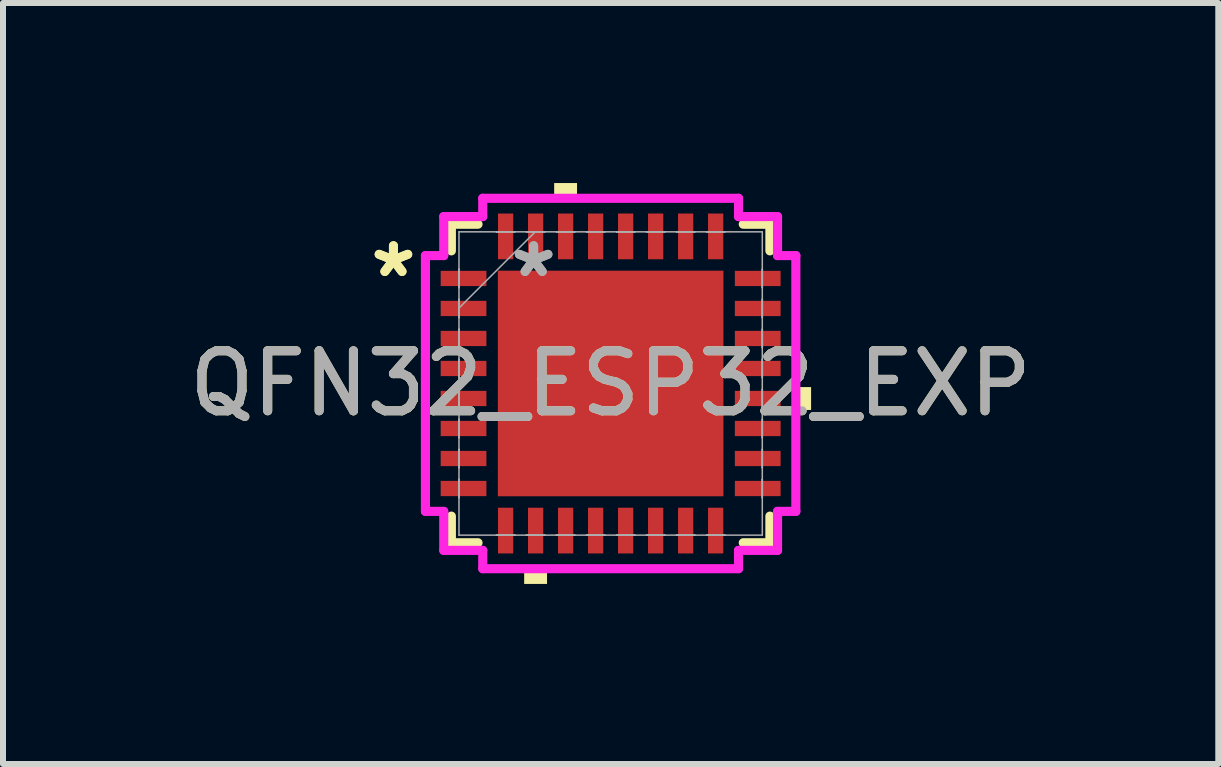
<source format=kicad_pcb>
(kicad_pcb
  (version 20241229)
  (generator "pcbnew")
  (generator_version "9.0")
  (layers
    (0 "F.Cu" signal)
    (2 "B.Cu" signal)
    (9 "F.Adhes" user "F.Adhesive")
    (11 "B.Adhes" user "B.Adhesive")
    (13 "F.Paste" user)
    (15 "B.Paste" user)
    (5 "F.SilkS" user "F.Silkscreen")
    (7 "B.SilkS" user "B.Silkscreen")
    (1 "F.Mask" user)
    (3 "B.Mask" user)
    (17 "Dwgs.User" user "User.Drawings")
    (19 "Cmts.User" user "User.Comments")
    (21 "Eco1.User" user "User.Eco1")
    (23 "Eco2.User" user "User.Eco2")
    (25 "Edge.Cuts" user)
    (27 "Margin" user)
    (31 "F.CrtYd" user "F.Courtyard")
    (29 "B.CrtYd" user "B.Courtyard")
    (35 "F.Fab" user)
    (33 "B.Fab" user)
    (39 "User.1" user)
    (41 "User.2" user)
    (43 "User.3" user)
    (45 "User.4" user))
  (footprint "QFN32_ESP32_EXP"
    (layer "F.Cu")
    (at 7.125 3.34)
    (property "Reference" "QFN32_ESP32_EXP" (at 0 0 0) (unlocked yes) (layer "F.SilkS") (effects (font (size 1 1) (thickness 0.15))))
    (attr smd)
    (fp_line (start -2.654 -2.654) (end -2.654 -2.21) (stroke (width 0.152) (type solid)) (layer "F.SilkS"))
    (fp_line (start -2.654 2.21) (end -2.654 2.654) (stroke (width 0.152) (type solid)) (layer "F.SilkS"))
    (fp_line (start -2.654 2.654) (end -2.21 2.654) (stroke (width 0.152) (type solid)) (layer "F.SilkS"))
    (fp_line (start -2.21 -2.654) (end -2.654 -2.654) (stroke (width 0.152) (type solid)) (layer "F.SilkS"))
    (fp_line (start 2.21 2.654) (end 2.654 2.654) (stroke (width 0.152) (type solid)) (layer "F.SilkS"))
    (fp_line (start 2.654 -2.654) (end 2.21 -2.654) (stroke (width 0.152) (type solid)) (layer "F.SilkS"))
    (fp_line (start 2.654 -2.21) (end 2.654 -2.654) (stroke (width 0.152) (type solid)) (layer "F.SilkS"))
    (fp_line (start 2.654 2.654) (end 2.654 2.21) (stroke (width 0.152) (type solid)) (layer "F.SilkS"))
    (fp_poly (pts (xy -1.441 3.086) (xy -1.441 3.34) (xy -1.06 3.34) (xy -1.06 3.086)) (stroke (width 0) (type solid)) (fill yes) (layer "F.SilkS"))
    (fp_poly (pts (xy -0.941 -3.086) (xy -0.941 -3.34) (xy -0.56 -3.34) (xy -0.56 -3.086)) (stroke (width 0) (type solid)) (fill yes) (layer "F.SilkS"))
    (fp_poly (pts (xy 3.34 0.06) (xy 3.34 0.441) (xy 3.086 0.441) (xy 3.086 0.06)) (stroke (width 0) (type solid)) (fill yes) (layer "F.SilkS"))
    (fp_line (start -3.086 -2.131) (end -2.781 -2.131) (stroke (width 0.152) (type solid)) (layer "F.CrtYd"))
    (fp_line (start -3.086 2.131) (end -3.086 -2.131) (stroke (width 0.152) (type solid)) (layer "F.CrtYd"))
    (fp_line (start -2.781 -2.781) (end -2.131 -2.781) (stroke (width 0.152) (type solid)) (layer "F.CrtYd"))
    (fp_line (start -2.781 -2.131) (end -2.781 -2.781) (stroke (width 0.152) (type solid)) (layer "F.CrtYd"))
    (fp_line (start -2.781 2.131) (end -3.086 2.131) (stroke (width 0.152) (type solid)) (layer "F.CrtYd"))
    (fp_line (start -2.781 2.781) (end -2.781 2.131) (stroke (width 0.152) (type solid)) (layer "F.CrtYd"))
    (fp_line (start -2.131 -3.086) (end 2.131 -3.086) (stroke (width 0.152) (type solid)) (layer "F.CrtYd"))
    (fp_line (start -2.131 -2.781) (end -2.131 -3.086) (stroke (width 0.152) (type solid)) (layer "F.CrtYd"))
    (fp_line (start -2.131 2.781) (end -2.781 2.781) (stroke (width 0.152) (type solid)) (layer "F.CrtYd"))
    (fp_line (start -2.131 3.086) (end -2.131 2.781) (stroke (width 0.152) (type solid)) (layer "F.CrtYd"))
    (fp_line (start 2.131 -3.086) (end 2.131 -2.781) (stroke (width 0.152) (type solid)) (layer "F.CrtYd"))
    (fp_line (start 2.131 -2.781) (end 2.781 -2.781) (stroke (width 0.152) (type solid)) (layer "F.CrtYd"))
    (fp_line (start 2.131 2.781) (end 2.131 3.086) (stroke (width 0.152) (type solid)) (layer "F.CrtYd"))
    (fp_line (start 2.131 3.086) (end -2.131 3.086) (stroke (width 0.152) (type solid)) (layer "F.CrtYd"))
    (fp_line (start 2.781 -2.781) (end 2.781 -2.131) (stroke (width 0.152) (type solid)) (layer "F.CrtYd"))
    (fp_line (start 2.781 -2.131) (end 3.086 -2.131) (stroke (width 0.152) (type solid)) (layer "F.CrtYd"))
    (fp_line (start 2.781 2.131) (end 2.781 2.781) (stroke (width 0.152) (type solid)) (layer "F.CrtYd"))
    (fp_line (start 2.781 2.781) (end 2.131 2.781) (stroke (width 0.152) (type solid)) (layer "F.CrtYd"))
    (fp_line (start 3.086 -2.131) (end 3.086 2.131) (stroke (width 0.152) (type solid)) (layer "F.CrtYd"))
    (fp_line (start 3.086 2.131) (end 2.781 2.131) (stroke (width 0.152) (type solid)) (layer "F.CrtYd"))
    (fp_line (start -2.527 -2.527) (end -2.527 2.527) (stroke (width 0.025) (type solid)) (layer "F.Fab"))
    (fp_line (start -2.527 -1.903) (end -2.527 -1.903) (stroke (width 0.025) (type solid)) (layer "F.Fab"))
    (fp_line (start -2.527 -1.903) (end -2.527 -1.598) (stroke (width 0.025) (type solid)) (layer "F.Fab"))
    (fp_line (start -2.527 -1.598) (end -2.527 -1.903) (stroke (width 0.025) (type solid)) (layer "F.Fab"))
    (fp_line (start -2.527 -1.598) (end -2.527 -1.598) (stroke (width 0.025) (type solid)) (layer "F.Fab"))
    (fp_line (start -2.527 -1.403) (end -2.527 -1.403) (stroke (width 0.025) (type solid)) (layer "F.Fab"))
    (fp_line (start -2.527 -1.403) (end -2.527 -1.098) (stroke (width 0.025) (type solid)) (layer "F.Fab"))
    (fp_line (start -2.527 -1.257) (end -1.257 -2.527) (stroke (width 0.025) (type solid)) (layer "F.Fab"))
    (fp_line (start -2.527 -1.098) (end -2.527 -1.403) (stroke (width 0.025) (type solid)) (layer "F.Fab"))
    (fp_line (start -2.527 -1.098) (end -2.527 -1.098) (stroke (width 0.025) (type solid)) (layer "F.Fab"))
    (fp_line (start -2.527 -0.903) (end -2.527 -0.903) (stroke (width 0.025) (type solid)) (layer "F.Fab"))
    (fp_line (start -2.527 -0.903) (end -2.527 -0.598) (stroke (width 0.025) (type solid)) (layer "F.Fab"))
    (fp_line (start -2.527 -0.598) (end -2.527 -0.903) (stroke (width 0.025) (type solid)) (layer "F.Fab"))
    (fp_line (start -2.527 -0.598) (end -2.527 -0.598) (stroke (width 0.025) (type solid)) (layer "F.Fab"))
    (fp_line (start -2.527 -0.402) (end -2.527 -0.402) (stroke (width 0.025) (type solid)) (layer "F.Fab"))
    (fp_line (start -2.527 -0.402) (end -2.527 -0.098) (stroke (width 0.025) (type solid)) (layer "F.Fab"))
    (fp_line (start -2.527 -0.098) (end -2.527 -0.402) (stroke (width 0.025) (type solid)) (layer "F.Fab"))
    (fp_line (start -2.527 -0.098) (end -2.527 -0.098) (stroke (width 0.025) (type solid)) (layer "F.Fab"))
    (fp_line (start -2.527 0.098) (end -2.527 0.098) (stroke (width 0.025) (type solid)) (layer "F.Fab"))
    (fp_line (start -2.527 0.098) (end -2.527 0.402) (stroke (width 0.025) (type solid)) (layer "F.Fab"))
    (fp_line (start -2.527 0.402) (end -2.527 0.098) (stroke (width 0.025) (type solid)) (layer "F.Fab"))
    (fp_line (start -2.527 0.402) (end -2.527 0.402) (stroke (width 0.025) (type solid)) (layer "F.Fab"))
    (fp_line (start -2.527 0.598) (end -2.527 0.598) (stroke (width 0.025) (type solid)) (layer "F.Fab"))
    (fp_line (start -2.527 0.598) (end -2.527 0.903) (stroke (width 0.025) (type solid)) (layer "F.Fab"))
    (fp_line (start -2.527 0.903) (end -2.527 0.598) (stroke (width 0.025) (type solid)) (layer "F.Fab"))
    (fp_line (start -2.527 0.903) (end -2.527 0.903) (stroke (width 0.025) (type solid)) (layer "F.Fab"))
    (fp_line (start -2.527 1.098) (end -2.527 1.098) (stroke (width 0.025) (type solid)) (layer "F.Fab"))
    (fp_line (start -2.527 1.098) (end -2.527 1.403) (stroke (width 0.025) (type solid)) (layer "F.Fab"))
    (fp_line (start -2.527 1.403) (end -2.527 1.098) (stroke (width 0.025) (type solid)) (layer "F.Fab"))
    (fp_line (start -2.527 1.403) (end -2.527 1.403) (stroke (width 0.025) (type solid)) (layer "F.Fab"))
    (fp_line (start -2.527 1.598) (end -2.527 1.598) (stroke (width 0.025) (type solid)) (layer "F.Fab"))
    (fp_line (start -2.527 1.598) (end -2.527 1.903) (stroke (width 0.025) (type solid)) (layer "F.Fab"))
    (fp_line (start -2.527 1.903) (end -2.527 1.598) (stroke (width 0.025) (type solid)) (layer "F.Fab"))
    (fp_line (start -2.527 1.903) (end -2.527 1.903) (stroke (width 0.025) (type solid)) (layer "F.Fab"))
    (fp_line (start -2.527 2.527) (end 2.527 2.527) (stroke (width 0.025) (type solid)) (layer "F.Fab"))
    (fp_line (start -1.903 -2.527) (end -1.903 -2.527) (stroke (width 0.025) (type solid)) (layer "F.Fab"))
    (fp_line (start -1.903 -2.527) (end -1.598 -2.527) (stroke (width 0.025) (type solid)) (layer "F.Fab"))
    (fp_line (start -1.903 2.527) (end -1.903 2.527) (stroke (width 0.025) (type solid)) (layer "F.Fab"))
    (fp_line (start -1.903 2.527) (end -1.598 2.527) (stroke (width 0.025) (type solid)) (layer "F.Fab"))
    (fp_line (start -1.598 -2.527) (end -1.903 -2.527) (stroke (width 0.025) (type solid)) (layer "F.Fab"))
    (fp_line (start -1.598 -2.527) (end -1.598 -2.527) (stroke (width 0.025) (type solid)) (layer "F.Fab"))
    (fp_line (start -1.598 2.527) (end -1.903 2.527) (stroke (width 0.025) (type solid)) (layer "F.Fab"))
    (fp_line (start -1.598 2.527) (end -1.598 2.527) (stroke (width 0.025) (type solid)) (layer "F.Fab"))
    (fp_line (start -1.403 -2.527) (end -1.403 -2.527) (stroke (width 0.025) (type solid)) (layer "F.Fab"))
    (fp_line (start -1.403 -2.527) (end -1.098 -2.527) (stroke (width 0.025) (type solid)) (layer "F.Fab"))
    (fp_line (start -1.403 2.527) (end -1.403 2.527) (stroke (width 0.025) (type solid)) (layer "F.Fab"))
    (fp_line (start -1.403 2.527) (end -1.098 2.527) (stroke (width 0.025) (type solid)) (layer "F.Fab"))
    (fp_line (start -1.098 -2.527) (end -1.403 -2.527) (stroke (width 0.025) (type solid)) (layer "F.Fab"))
    (fp_line (start -1.098 -2.527) (end -1.098 -2.527) (stroke (width 0.025) (type solid)) (layer "F.Fab"))
    (fp_line (start -1.098 2.527) (end -1.403 2.527) (stroke (width 0.025) (type solid)) (layer "F.Fab"))
    (fp_line (start -1.098 2.527) (end -1.098 2.527) (stroke (width 0.025) (type solid)) (layer "F.Fab"))
    (fp_line (start -0.903 -2.527) (end -0.903 -2.527) (stroke (width 0.025) (type solid)) (layer "F.Fab"))
    (fp_line (start -0.903 -2.527) (end -0.598 -2.527) (stroke (width 0.025) (type solid)) (layer "F.Fab"))
    (fp_line (start -0.903 2.527) (end -0.903 2.527) (stroke (width 0.025) (type solid)) (layer "F.Fab"))
    (fp_line (start -0.903 2.527) (end -0.598 2.527) (stroke (width 0.025) (type solid)) (layer "F.Fab"))
    (fp_line (start -0.598 -2.527) (end -0.903 -2.527) (stroke (width 0.025) (type solid)) (layer "F.Fab"))
    (fp_line (start -0.598 -2.527) (end -0.598 -2.527) (stroke (width 0.025) (type solid)) (layer "F.Fab"))
    (fp_line (start -0.598 2.527) (end -0.903 2.527) (stroke (width 0.025) (type solid)) (layer "F.Fab"))
    (fp_line (start -0.598 2.527) (end -0.598 2.527) (stroke (width 0.025) (type solid)) (layer "F.Fab"))
    (fp_line (start -0.402 -2.527) (end -0.402 -2.527) (stroke (width 0.025) (type solid)) (layer "F.Fab"))
    (fp_line (start -0.402 -2.527) (end -0.098 -2.527) (stroke (width 0.025) (type solid)) (layer "F.Fab"))
    (fp_line (start -0.402 2.527) (end -0.402 2.527) (stroke (width 0.025) (type solid)) (layer "F.Fab"))
    (fp_line (start -0.402 2.527) (end -0.098 2.527) (stroke (width 0.025) (type solid)) (layer "F.Fab"))
    (fp_line (start -0.098 -2.527) (end -0.402 -2.527) (stroke (width 0.025) (type solid)) (layer "F.Fab"))
    (fp_line (start -0.098 -2.527) (end -0.098 -2.527) (stroke (width 0.025) (type solid)) (layer "F.Fab"))
    (fp_line (start -0.098 2.527) (end -0.402 2.527) (stroke (width 0.025) (type solid)) (layer "F.Fab"))
    (fp_line (start -0.098 2.527) (end -0.098 2.527) (stroke (width 0.025) (type solid)) (layer "F.Fab"))
    (fp_line (start 0.098 -2.527) (end 0.098 -2.527) (stroke (width 0.025) (type solid)) (layer "F.Fab"))
    (fp_line (start 0.098 -2.527) (end 0.402 -2.527) (stroke (width 0.025) (type solid)) (layer "F.Fab"))
    (fp_line (start 0.098 2.527) (end 0.098 2.527) (stroke (width 0.025) (type solid)) (layer "F.Fab"))
    (fp_line (start 0.098 2.527) (end 0.402 2.527) (stroke (width 0.025) (type solid)) (layer "F.Fab"))
    (fp_line (start 0.402 -2.527) (end 0.098 -2.527) (stroke (width 0.025) (type solid)) (layer "F.Fab"))
    (fp_line (start 0.402 -2.527) (end 0.402 -2.527) (stroke (width 0.025) (type solid)) (layer "F.Fab"))
    (fp_line (start 0.402 2.527) (end 0.098 2.527) (stroke (width 0.025) (type solid)) (layer "F.Fab"))
    (fp_line (start 0.402 2.527) (end 0.402 2.527) (stroke (width 0.025) (type solid)) (layer "F.Fab"))
    (fp_line (start 0.598 -2.527) (end 0.598 -2.527) (stroke (width 0.025) (type solid)) (layer "F.Fab"))
    (fp_line (start 0.598 -2.527) (end 0.903 -2.527) (stroke (width 0.025) (type solid)) (layer "F.Fab"))
    (fp_line (start 0.598 2.527) (end 0.598 2.527) (stroke (width 0.025) (type solid)) (layer "F.Fab"))
    (fp_line (start 0.598 2.527) (end 0.903 2.527) (stroke (width 0.025) (type solid)) (layer "F.Fab"))
    (fp_line (start 0.903 -2.527) (end 0.598 -2.527) (stroke (width 0.025) (type solid)) (layer "F.Fab"))
    (fp_line (start 0.903 -2.527) (end 0.903 -2.527) (stroke (width 0.025) (type solid)) (layer "F.Fab"))
    (fp_line (start 0.903 2.527) (end 0.598 2.527) (stroke (width 0.025) (type solid)) (layer "F.Fab"))
    (fp_line (start 0.903 2.527) (end 0.903 2.527) (stroke (width 0.025) (type solid)) (layer "F.Fab"))
    (fp_line (start 1.098 -2.527) (end 1.098 -2.527) (stroke (width 0.025) (type solid)) (layer "F.Fab"))
    (fp_line (start 1.098 -2.527) (end 1.403 -2.527) (stroke (width 0.025) (type solid)) (layer "F.Fab"))
    (fp_line (start 1.098 2.527) (end 1.098 2.527) (stroke (width 0.025) (type solid)) (layer "F.Fab"))
    (fp_line (start 1.098 2.527) (end 1.403 2.527) (stroke (width 0.025) (type solid)) (layer "F.Fab"))
    (fp_line (start 1.403 -2.527) (end 1.098 -2.527) (stroke (width 0.025) (type solid)) (layer "F.Fab"))
    (fp_line (start 1.403 -2.527) (end 1.403 -2.527) (stroke (width 0.025) (type solid)) (layer "F.Fab"))
    (fp_line (start 1.403 2.527) (end 1.098 2.527) (stroke (width 0.025) (type solid)) (layer "F.Fab"))
    (fp_line (start 1.403 2.527) (end 1.403 2.527) (stroke (width 0.025) (type solid)) (layer "F.Fab"))
    (fp_line (start 1.598 -2.527) (end 1.598 -2.527) (stroke (width 0.025) (type solid)) (layer "F.Fab"))
    (fp_line (start 1.598 -2.527) (end 1.903 -2.527) (stroke (width 0.025) (type solid)) (layer "F.Fab"))
    (fp_line (start 1.598 2.527) (end 1.598 2.527) (stroke (width 0.025) (type solid)) (layer "F.Fab"))
    (fp_line (start 1.598 2.527) (end 1.903 2.527) (stroke (width 0.025) (type solid)) (layer "F.Fab"))
    (fp_line (start 1.903 -2.527) (end 1.598 -2.527) (stroke (width 0.025) (type solid)) (layer "F.Fab"))
    (fp_line (start 1.903 -2.527) (end 1.903 -2.527) (stroke (width 0.025) (type solid)) (layer "F.Fab"))
    (fp_line (start 1.903 2.527) (end 1.598 2.527) (stroke (width 0.025) (type solid)) (layer "F.Fab"))
    (fp_line (start 1.903 2.527) (end 1.903 2.527) (stroke (width 0.025) (type solid)) (layer "F.Fab"))
    (fp_line (start 2.527 -2.527) (end -2.527 -2.527) (stroke (width 0.025) (type solid)) (layer "F.Fab"))
    (fp_line (start 2.527 -1.903) (end 2.527 -1.903) (stroke (width 0.025) (type solid)) (layer "F.Fab"))
    (fp_line (start 2.527 -1.903) (end 2.527 -1.598) (stroke (width 0.025) (type solid)) (layer "F.Fab"))
    (fp_line (start 2.527 -1.598) (end 2.527 -1.903) (stroke (width 0.025) (type solid)) (layer "F.Fab"))
    (fp_line (start 2.527 -1.598) (end 2.527 -1.598) (stroke (width 0.025) (type solid)) (layer "F.Fab"))
    (fp_line (start 2.527 -1.403) (end 2.527 -1.403) (stroke (width 0.025) (type solid)) (layer "F.Fab"))
    (fp_line (start 2.527 -1.403) (end 2.527 -1.098) (stroke (width 0.025) (type solid)) (layer "F.Fab"))
    (fp_line (start 2.527 -1.098) (end 2.527 -1.403) (stroke (width 0.025) (type solid)) (layer "F.Fab"))
    (fp_line (start 2.527 -1.098) (end 2.527 -1.098) (stroke (width 0.025) (type solid)) (layer "F.Fab"))
    (fp_line (start 2.527 -0.903) (end 2.527 -0.903) (stroke (width 0.025) (type solid)) (layer "F.Fab"))
    (fp_line (start 2.527 -0.903) (end 2.527 -0.598) (stroke (width 0.025) (type solid)) (layer "F.Fab"))
    (fp_line (start 2.527 -0.598) (end 2.527 -0.903) (stroke (width 0.025) (type solid)) (layer "F.Fab"))
    (fp_line (start 2.527 -0.598) (end 2.527 -0.598) (stroke (width 0.025) (type solid)) (layer "F.Fab"))
    (fp_line (start 2.527 -0.402) (end 2.527 -0.402) (stroke (width 0.025) (type solid)) (layer "F.Fab"))
    (fp_line (start 2.527 -0.402) (end 2.527 -0.098) (stroke (width 0.025) (type solid)) (layer "F.Fab"))
    (fp_line (start 2.527 -0.098) (end 2.527 -0.402) (stroke (width 0.025) (type solid)) (layer "F.Fab"))
    (fp_line (start 2.527 -0.098) (end 2.527 -0.098) (stroke (width 0.025) (type solid)) (layer "F.Fab"))
    (fp_line (start 2.527 0.098) (end 2.527 0.098) (stroke (width 0.025) (type solid)) (layer "F.Fab"))
    (fp_line (start 2.527 0.098) (end 2.527 0.402) (stroke (width 0.025) (type solid)) (layer "F.Fab"))
    (fp_line (start 2.527 0.402) (end 2.527 0.098) (stroke (width 0.025) (type solid)) (layer "F.Fab"))
    (fp_line (start 2.527 0.402) (end 2.527 0.402) (stroke (width 0.025) (type solid)) (layer "F.Fab"))
    (fp_line (start 2.527 0.598) (end 2.527 0.598) (stroke (width 0.025) (type solid)) (layer "F.Fab"))
    (fp_line (start 2.527 0.598) (end 2.527 0.903) (stroke (width 0.025) (type solid)) (layer "F.Fab"))
    (fp_line (start 2.527 0.903) (end 2.527 0.598) (stroke (width 0.025) (type solid)) (layer "F.Fab"))
    (fp_line (start 2.527 0.903) (end 2.527 0.903) (stroke (width 0.025) (type solid)) (layer "F.Fab"))
    (fp_line (start 2.527 1.098) (end 2.527 1.098) (stroke (width 0.025) (type solid)) (layer "F.Fab"))
    (fp_line (start 2.527 1.098) (end 2.527 1.403) (stroke (width 0.025) (type solid)) (layer "F.Fab"))
    (fp_line (start 2.527 1.403) (end 2.527 1.098) (stroke (width 0.025) (type solid)) (layer "F.Fab"))
    (fp_line (start 2.527 1.403) (end 2.527 1.403) (stroke (width 0.025) (type solid)) (layer "F.Fab"))
    (fp_line (start 2.527 1.598) (end 2.527 1.598) (stroke (width 0.025) (type solid)) (layer "F.Fab"))
    (fp_line (start 2.527 1.598) (end 2.527 1.903) (stroke (width 0.025) (type solid)) (layer "F.Fab"))
    (fp_line (start 2.527 1.903) (end 2.527 1.598) (stroke (width 0.025) (type solid)) (layer "F.Fab"))
    (fp_line (start 2.527 1.903) (end 2.527 1.903) (stroke (width 0.025) (type solid)) (layer "F.Fab"))
    (fp_line (start 2.527 2.527) (end 2.527 -2.527) (stroke (width 0.025) (type solid)) (layer "F.Fab"))
    (fp_text user "*" (at -3.619 -1.75 0) (unlocked yes) (layer "F.SilkS") (effects (font (size 1 1) (thickness 0.15))))
    (fp_text user "*" (at -3.619 -1.75 0) (layer "F.SilkS") (effects (font (size 1 1) (thickness 0.15))))
    (fp_text user "*" (at -1.283 -1.75 0) (unlocked yes) (layer "F.Fab") (effects (font (size 1 1) (thickness 0.15))))
    (fp_text user "*" (at -1.283 -1.75 0) (layer "F.Fab") (effects (font (size 1 1) (thickness 0.15))))
    (fp_text user "${REFERENCE}" (at 0 0 0) (unlocked yes) (layer "F.Fab") (effects (font (size 1 1) (thickness 0.15))))
    (pad "1" smd rect (at -2.451 -1.75 90) (size 0.254 0.762) (layers "F.Cu" "F.Mask" "F.Paste"))
    (pad "2" smd rect (at -2.451 -1.25 90) (size 0.254 0.762) (layers "F.Cu" "F.Mask" "F.Paste"))
    (pad "3" smd rect (at -2.451 -0.75 90) (size 0.254 0.762) (layers "F.Cu" "F.Mask" "F.Paste"))
    (pad "4" smd rect (at -2.451 -0.25 90) (size 0.254 0.762) (layers "F.Cu" "F.Mask" "F.Paste"))
    (pad "5" smd rect (at -2.451 0.25 90) (size 0.254 0.762) (layers "F.Cu" "F.Mask" "F.Paste"))
    (pad "6" smd rect (at -2.451 0.75 90) (size 0.254 0.762) (layers "F.Cu" "F.Mask" "F.Paste"))
    (pad "7" smd rect (at -2.451 1.25 90) (size 0.254 0.762) (layers "F.Cu" "F.Mask" "F.Paste"))
    (pad "8" smd rect (at -2.451 1.75 90) (size 0.254 0.762) (layers "F.Cu" "F.Mask" "F.Paste"))
    (pad "9" smd rect (at -1.75 2.451) (size 0.254 0.762) (layers "F.Cu" "F.Mask" "F.Paste"))
    (pad "10" smd rect (at -1.25 2.451) (size 0.254 0.762) (layers "F.Cu" "F.Mask" "F.Paste"))
    (pad "11" smd rect (at -0.75 2.451) (size 0.254 0.762) (layers "F.Cu" "F.Mask" "F.Paste"))
    (pad "12" smd rect (at -0.25 2.451) (size 0.254 0.762) (layers "F.Cu" "F.Mask" "F.Paste"))
    (pad "13" smd rect (at 0.25 2.451) (size 0.254 0.762) (layers "F.Cu" "F.Mask" "F.Paste"))
    (pad "14" smd rect (at 0.75 2.451) (size 0.254 0.762) (layers "F.Cu" "F.Mask" "F.Paste"))
    (pad "15" smd rect (at 1.25 2.451) (size 0.254 0.762) (layers "F.Cu" "F.Mask" "F.Paste"))
    (pad "16" smd rect (at 1.75 2.451) (size 0.254 0.762) (layers "F.Cu" "F.Mask" "F.Paste"))
    (pad "17" smd rect (at 2.451 1.75 90) (size 0.254 0.762) (layers "F.Cu" "F.Mask" "F.Paste"))
    (pad "18" smd rect (at 2.451 1.25 90) (size 0.254 0.762) (layers "F.Cu" "F.Mask" "F.Paste"))
    (pad "19" smd rect (at 2.451 0.75 90) (size 0.254 0.762) (layers "F.Cu" "F.Mask" "F.Paste"))
    (pad "20" smd rect (at 2.451 0.25 90) (size 0.254 0.762) (layers "F.Cu" "F.Mask" "F.Paste"))
    (pad "21" smd rect (at 2.451 -0.25 90) (size 0.254 0.762) (layers "F.Cu" "F.Mask" "F.Paste"))
    (pad "22" smd rect (at 2.451 -0.75 90) (size 0.254 0.762) (layers "F.Cu" "F.Mask" "F.Paste"))
    (pad "23" smd rect (at 2.451 -1.25 90) (size 0.254 0.762) (layers "F.Cu" "F.Mask" "F.Paste"))
    (pad "24" smd rect (at 2.451 -1.75 90) (size 0.254 0.762) (layers "F.Cu" "F.Mask" "F.Paste"))
    (pad "25" smd rect (at 1.75 -2.451) (size 0.254 0.762) (layers "F.Cu" "F.Mask" "F.Paste"))
    (pad "26" smd rect (at 1.25 -2.451) (size 0.254 0.762) (layers "F.Cu" "F.Mask" "F.Paste"))
    (pad "27" smd rect (at 0.75 -2.451) (size 0.254 0.762) (layers "F.Cu" "F.Mask" "F.Paste"))
    (pad "28" smd rect (at 0.25 -2.451) (size 0.254 0.762) (layers "F.Cu" "F.Mask" "F.Paste"))
    (pad "29" smd rect (at -0.25 -2.451) (size 0.254 0.762) (layers "F.Cu" "F.Mask" "F.Paste"))
    (pad "30" smd rect (at -0.75 -2.451) (size 0.254 0.762) (layers "F.Cu" "F.Mask" "F.Paste"))
    (pad "31" smd rect (at -1.25 -2.451) (size 0.254 0.762) (layers "F.Cu" "F.Mask" "F.Paste"))
    (pad "32" smd rect (at -1.75 -2.451) (size 0.254 0.762) (layers "F.Cu" "F.Mask" "F.Paste"))
    (pad "33" smd rect (at 0 0) (size 3.759 3.759) (layers "F.Cu" "F.Mask" "F.Paste")))
  (gr_rect
    (start -3 -3)
    (end 17.25 9.68)
    (stroke (width 0.1) (type default))
    (fill no)
    (layer "Edge.Cuts")))
</source>
